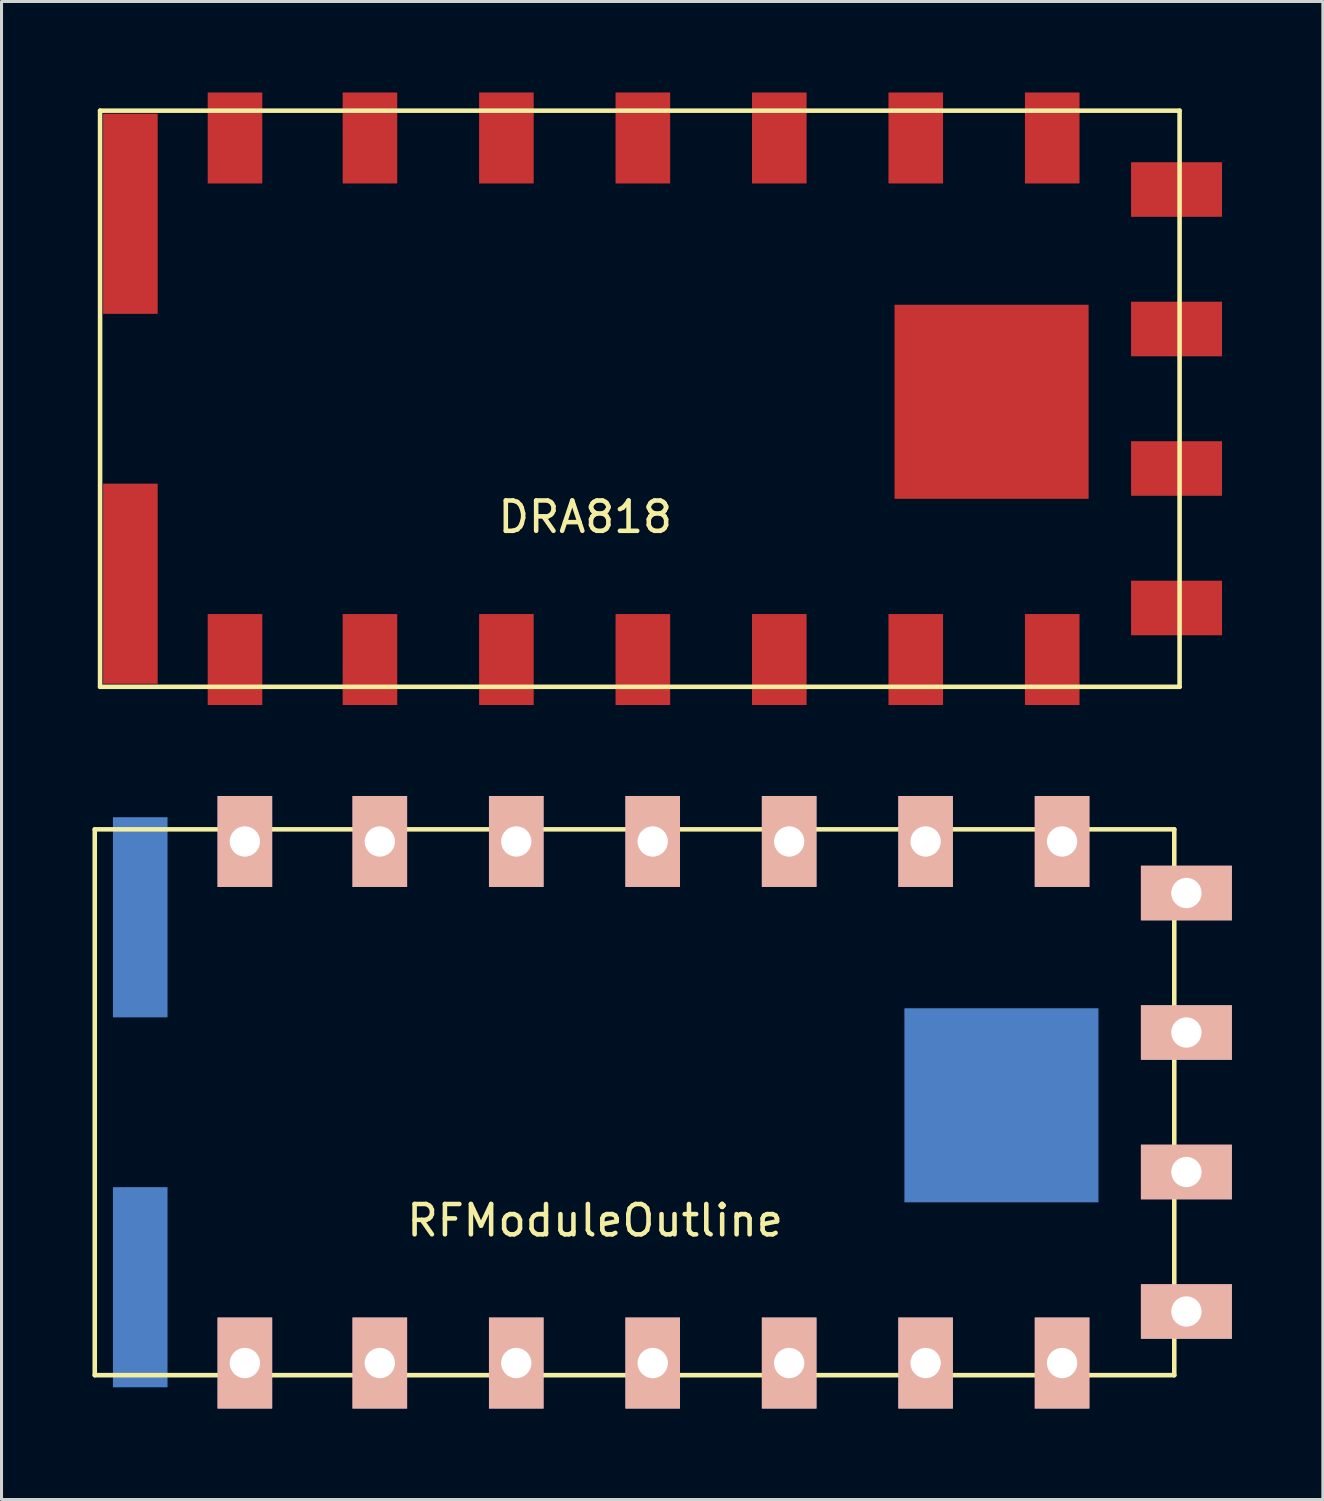
<source format=kicad_pcb>
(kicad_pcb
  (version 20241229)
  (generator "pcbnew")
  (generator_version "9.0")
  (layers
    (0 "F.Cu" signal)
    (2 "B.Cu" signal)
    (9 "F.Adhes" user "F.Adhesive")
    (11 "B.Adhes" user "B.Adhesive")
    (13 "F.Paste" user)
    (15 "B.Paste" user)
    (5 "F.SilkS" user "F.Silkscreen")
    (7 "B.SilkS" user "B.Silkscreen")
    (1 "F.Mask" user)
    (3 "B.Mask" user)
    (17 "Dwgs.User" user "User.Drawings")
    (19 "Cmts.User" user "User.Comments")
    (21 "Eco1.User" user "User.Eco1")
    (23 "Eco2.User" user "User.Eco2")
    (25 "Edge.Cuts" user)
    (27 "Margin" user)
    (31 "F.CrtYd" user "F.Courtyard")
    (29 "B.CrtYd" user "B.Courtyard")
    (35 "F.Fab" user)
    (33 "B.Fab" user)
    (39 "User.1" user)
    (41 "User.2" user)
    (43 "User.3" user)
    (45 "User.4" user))
  (footprint "DRA818"
    (layer "F.Cu")
    (at 0.25 19.6)
    (property "Reference" "DRA818" (at 16 -5.6 0) (layer "F.SilkS") (effects (font (size 1 1) (thickness 0.15))))
    (attr through_hole)
    (fp_line (start 0 -19) (end 35.6 -19) (stroke (width 0.15) (type solid)) (layer "F.SilkS"))
    (fp_line (start 0 0) (end 0 -19) (stroke (width 0.15) (type solid)) (layer "F.SilkS"))
    (fp_line (start 35.6 -19) (end 35.6 0) (stroke (width 0.15) (type solid)) (layer "F.SilkS"))
    (fp_line (start 35.6 0) (end 0 0) (stroke (width 0.15) (type solid)) (layer "F.SilkS"))
    (pad "1" smd rect (at 4.45 -18.1) (size 1.8 3) (layers "F.Cu" "F.Mask" "F.Paste"))
    (pad "2" smd rect (at 8.9 -18.1) (size 1.8 3) (layers "F.Cu" "F.Mask" "F.Paste"))
    (pad "3" smd rect (at 13.4 -18.1) (size 1.8 3) (layers "F.Cu" "F.Mask" "F.Paste"))
    (pad "4" smd rect (at 17.9 -18.1) (size 1.8 3) (layers "F.Cu" "F.Mask" "F.Paste"))
    (pad "5" smd rect (at 22.4 -18.1) (size 1.8 3) (layers "F.Cu" "F.Mask" "F.Paste"))
    (pad "6" smd rect (at 26.9 -18.1) (size 1.8 3) (layers "F.Cu" "F.Mask" "F.Paste"))
    (pad "7" smd rect (at 31.4 -18.1) (size 1.8 3) (layers "F.Cu" "F.Mask" "F.Paste"))
    (pad "8" smd rect (at 35.5 -16.4) (size 3 1.8) (layers "F.Cu" "F.Mask" "F.Paste"))
    (pad "9" smd rect (at 35.5 -11.8) (size 3 1.8) (layers "F.Cu" "F.Mask" "F.Paste"))
    (pad "10" smd rect (at 35.5 -7.2) (size 3 1.8) (layers "F.Cu" "F.Mask" "F.Paste"))
    (pad "11" smd rect (at 35.5 -2.6) (size 3 1.8) (layers "F.Cu" "F.Mask" "F.Paste"))
    (pad "12" smd rect (at 31.4 -0.9) (size 1.8 3) (layers "F.Cu" "F.Mask" "F.Paste"))
    (pad "13" smd rect (at 26.9 -0.9) (size 1.8 3) (layers "F.Cu" "F.Mask" "F.Paste"))
    (pad "14" smd rect (at 22.4 -0.9) (size 1.8 3) (layers "F.Cu" "F.Mask" "F.Paste"))
    (pad "15" smd rect (at 17.9 -0.9) (size 1.8 3) (layers "F.Cu" "F.Mask" "F.Paste"))
    (pad "16" smd rect (at 13.4 -0.9) (size 1.8 3) (layers "F.Cu" "F.Mask" "F.Paste"))
    (pad "17" smd rect (at 8.9 -0.9) (size 1.8 3) (layers "F.Cu" "F.Mask" "F.Paste"))
    (pad "18" smd rect (at 4.45 -0.9) (size 1.8 3) (layers "F.Cu" "F.Mask" "F.Paste"))
    (pad "P1" smd rect (at 29.4 -9.4) (size 6.4 6.4) (layers "F.Cu" "F.Mask" "F.Paste"))
    (pad "P2" smd rect (at 1 -15.6) (size 1.8 6.6) (layers "F.Cu" "F.Mask" "F.Paste"))
    (pad "P3" smd rect (at 1 -3.4) (size 1.8 6.6) (layers "F.Cu" "F.Mask" "F.Paste")))
  (footprint "RFModuleOutline"
    (layer "B.Cu")
    (at 0.575 42.8)
    (property "Reference" "RFModuleOutline" (at 16 -5.6 0) (layer "F.SilkS") (effects (font (size 1 1) (thickness 0.15))))
    (attr through_hole)
    (fp_line (start -0.5 -18.5) (end 35.1 -18.5) (stroke (width 0.15) (type solid)) (layer "F.SilkS"))
    (fp_line (start -0.5 -0.5) (end -0.5 -18.5) (stroke (width 0.15) (type solid)) (layer "F.SilkS"))
    (fp_line (start 35.1 -18.5) (end 35.1 -0.5) (stroke (width 0.15) (type solid)) (layer "F.SilkS"))
    (fp_line (start 35.1 -0.5) (end -0.5 -0.5) (stroke (width 0.15) (type solid)) (layer "F.SilkS"))
    (pad "1" thru_hole rect (at 4.45 -18.1) (size 1.8 3) (drill 1) (layers "*.Cu" "*.Mask" "B.SilkS"))
    (pad "2" thru_hole rect (at 8.9 -18.1) (size 1.8 3) (drill 1) (layers "*.Cu" "*.Mask" "B.SilkS"))
    (pad "3" thru_hole rect (at 13.4 -18.1) (size 1.8 3) (drill 1) (layers "*.Cu" "*.Mask" "B.SilkS"))
    (pad "4" thru_hole rect (at 17.9 -18.1) (size 1.8 3) (drill 1) (layers "*.Cu" "*.Mask" "B.SilkS"))
    (pad "5" thru_hole rect (at 22.4 -18.1) (size 1.8 3) (drill 1) (layers "*.Cu" "*.Mask" "B.SilkS"))
    (pad "6" thru_hole rect (at 26.9 -18.1) (size 1.8 3) (drill 1) (layers "*.Cu" "*.Mask" "B.SilkS"))
    (pad "7" thru_hole rect (at 31.4 -18.1) (size 1.8 3) (drill 1) (layers "*.Cu" "*.Mask" "B.SilkS"))
    (pad "8" thru_hole rect (at 35.5 -16.4) (size 3 1.8) (drill 1) (layers "*.Cu" "*.Mask" "B.SilkS"))
    (pad "9" thru_hole rect (at 35.5 -11.8) (size 3 1.8) (drill 1) (layers "*.Cu" "*.Mask" "B.SilkS"))
    (pad "10" thru_hole rect (at 35.5 -7.2) (size 3 1.8) (drill 1) (layers "*.Cu" "*.Mask" "B.SilkS"))
    (pad "11" thru_hole rect (at 35.5 -2.6) (size 3 1.8) (drill 1) (layers "*.Cu" "*.Mask" "B.SilkS"))
    (pad "12" thru_hole rect (at 31.4 -0.9) (size 1.8 3) (drill 1) (layers "*.Cu" "*.Mask" "B.SilkS"))
    (pad "13" thru_hole rect (at 26.9 -0.9) (size 1.8 3) (drill 1) (layers "*.Cu" "*.Mask" "B.SilkS"))
    (pad "14" thru_hole rect (at 22.4 -0.9) (size 1.8 3) (drill 1) (layers "*.Cu" "*.Mask" "B.SilkS"))
    (pad "15" thru_hole rect (at 17.9 -0.9) (size 1.8 3) (drill 1) (layers "*.Cu" "*.Mask" "B.SilkS"))
    (pad "16" thru_hole rect (at 13.4 -0.9) (size 1.8 3) (drill 1) (layers "*.Cu" "*.Mask" "B.SilkS"))
    (pad "17" thru_hole rect (at 8.9 -0.9) (size 1.8 3) (drill 1) (layers "*.Cu" "*.Mask" "B.SilkS"))
    (pad "18" thru_hole rect (at 4.45 -0.9) (size 1.8 3) (drill 1) (layers "*.Cu" "*.Mask" "B.SilkS"))
    (pad "P1" smd rect (at 29.4 -9.4) (size 6.4 6.4) (layers "F.Mask" "B.Cu" "F.Paste"))
    (pad "P2" smd rect (at 1 -15.6) (size 1.8 6.6) (layers "F.Mask" "B.Cu" "F.Paste"))
    (pad "P3" smd rect (at 1 -3.4) (size 1.8 6.6) (layers "F.Mask" "B.Cu" "F.Paste")))
  (gr_rect
    (start -3 -3)
    (end 40.575 46.4)
    (stroke (width 0.1) (type default))
    (fill no)
    (layer "Edge.Cuts")))
</source>
